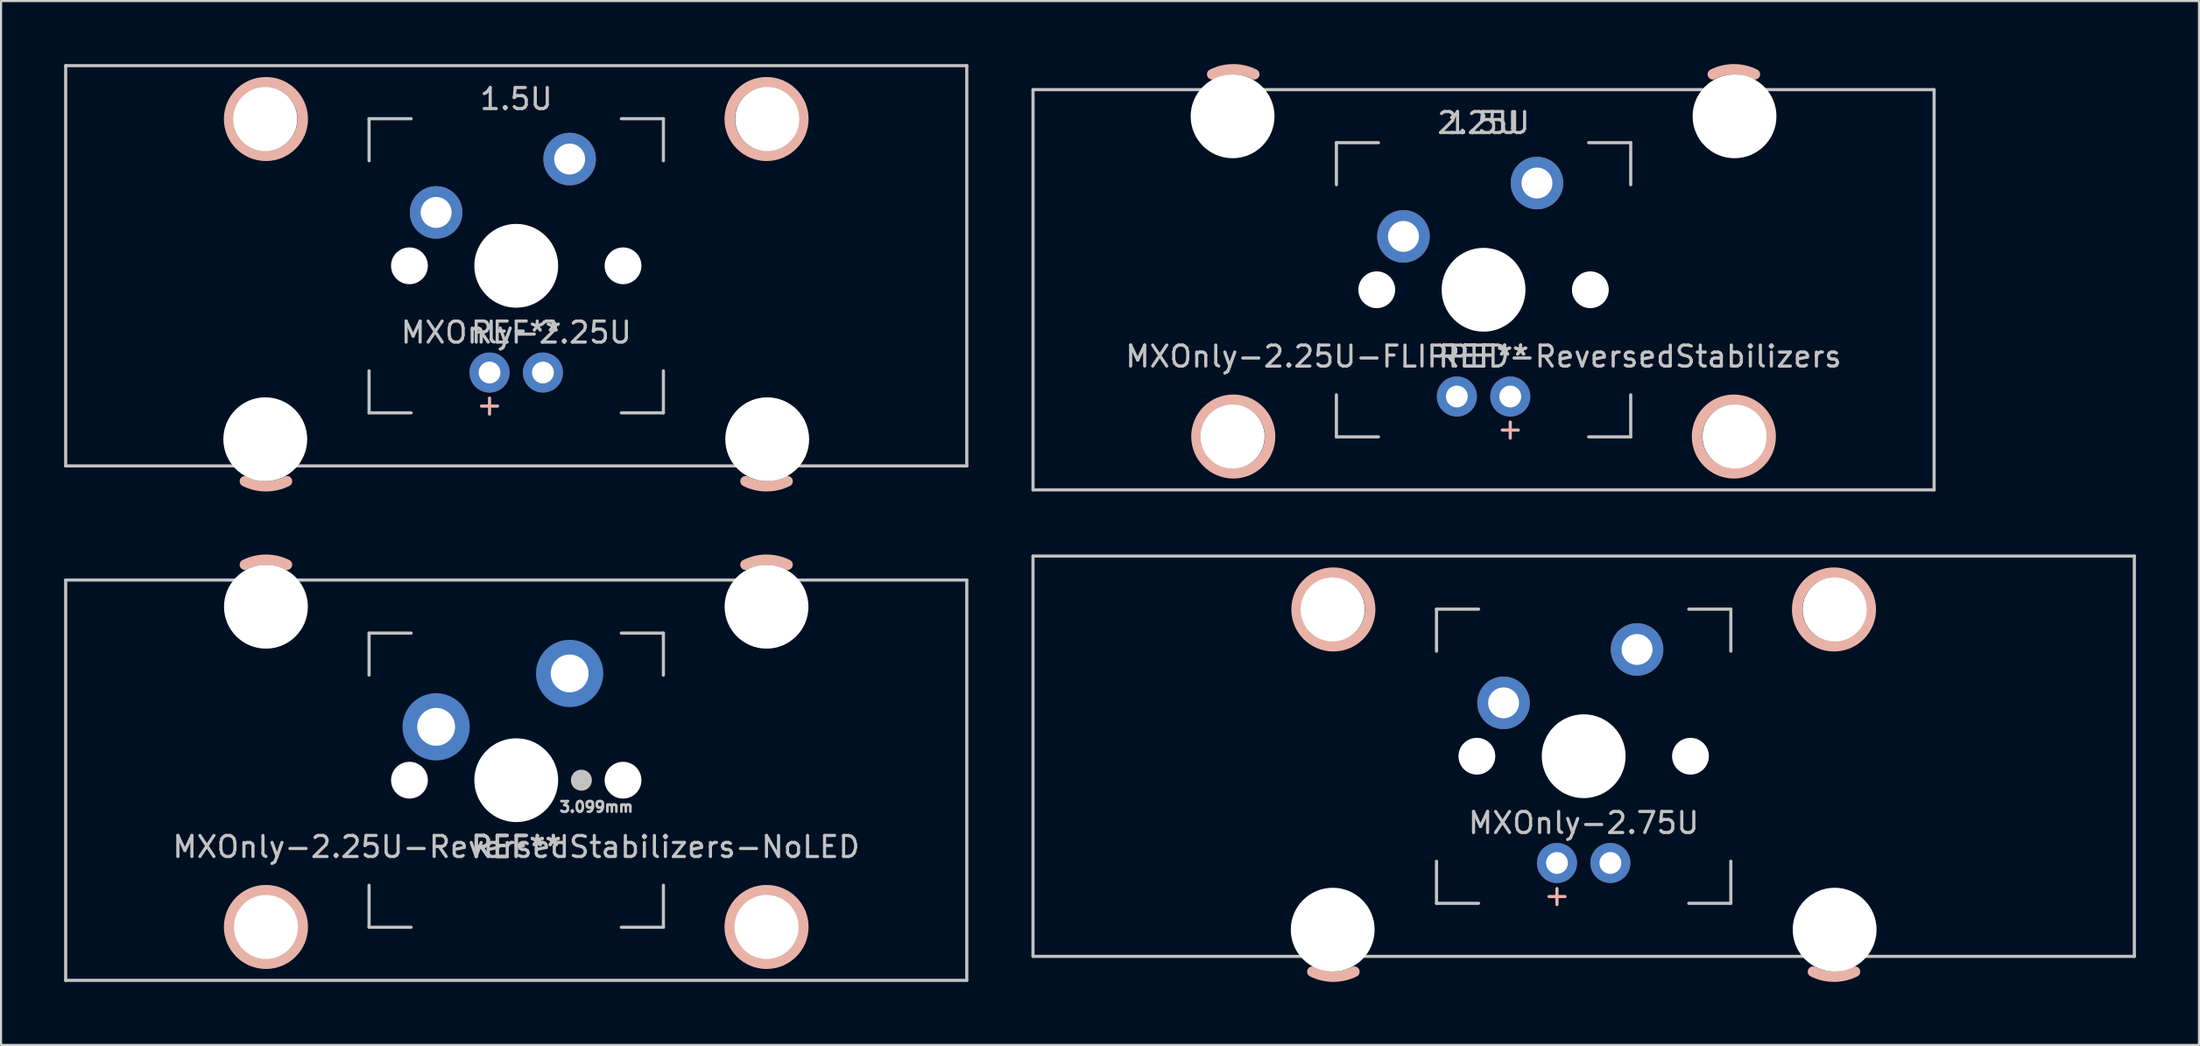
<source format=kicad_pcb>
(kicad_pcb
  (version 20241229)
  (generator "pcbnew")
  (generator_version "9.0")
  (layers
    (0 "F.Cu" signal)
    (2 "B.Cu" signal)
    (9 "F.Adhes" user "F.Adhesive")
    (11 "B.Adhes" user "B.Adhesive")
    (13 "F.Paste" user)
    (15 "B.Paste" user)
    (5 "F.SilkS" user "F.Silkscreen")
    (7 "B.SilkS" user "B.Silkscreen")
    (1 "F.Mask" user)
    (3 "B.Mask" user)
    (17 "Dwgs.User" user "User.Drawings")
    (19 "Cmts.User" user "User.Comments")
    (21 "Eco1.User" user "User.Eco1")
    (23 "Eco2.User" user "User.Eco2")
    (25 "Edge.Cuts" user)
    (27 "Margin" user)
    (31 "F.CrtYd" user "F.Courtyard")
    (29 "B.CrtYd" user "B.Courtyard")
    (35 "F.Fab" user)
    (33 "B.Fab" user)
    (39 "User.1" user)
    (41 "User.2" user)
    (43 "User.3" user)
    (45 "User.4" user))
  (footprint "MXOnly-2.25U-FLIPPED-ReversedStabilizers"
    (layer "F.Cu")
    (at 67.519 10.741)
    (property "Reference" "MXOnly-2.25U-FLIPPED-ReversedStabilizers" (at 0 3.175 0) (layer "Dwgs.User") (effects (font (size 1 1) (thickness 0.15))))
    (attr through_hole)
    (fp_arc (start -12.90625 -10.255) (mid -11.906837 -10.491068) (end -10.907301 -10.255525) (stroke (width 0.5) (type solid)) (layer "B.SilkS"))
    (fp_arc (start 10.90625 -10.255) (mid 11.905663 -10.491068) (end 12.905199 -10.255525) (stroke (width 0.5) (type solid)) (layer "B.SilkS"))
    (fp_circle (center -11.906 6.985) (end -13.656 6.985) (stroke (width 0.5) (type solid)) (fill no) (layer "B.SilkS"))
    (fp_circle (center 11.906 6.985) (end 10.156 6.985) (stroke (width 0.5) (type solid)) (fill no) (layer "B.SilkS"))
    (fp_line (start -21.431 -9.525) (end 21.431 -9.525) (stroke (width 0.15) (type solid)) (layer "Dwgs.User"))
    (fp_line (start -21.431 9.525) (end -21.431 -9.525) (stroke (width 0.15) (type solid)) (layer "Dwgs.User"))
    (fp_line (start -21.431 9.525) (end 21.431 9.525) (stroke (width 0.15) (type solid)) (layer "Dwgs.User"))
    (fp_line (start -7 -7) (end -7 -5) (stroke (width 0.15) (type solid)) (layer "Dwgs.User"))
    (fp_line (start -7 5) (end -7 7) (stroke (width 0.15) (type solid)) (layer "Dwgs.User"))
    (fp_line (start -7 7) (end -5 7) (stroke (width 0.15) (type solid)) (layer "Dwgs.User"))
    (fp_line (start -5 -7) (end -7 -7) (stroke (width 0.15) (type solid)) (layer "Dwgs.User"))
    (fp_line (start 5 -7) (end 7 -7) (stroke (width 0.15) (type solid)) (layer "Dwgs.User"))
    (fp_line (start 5 7) (end 7 7) (stroke (width 0.15) (type solid)) (layer "Dwgs.User"))
    (fp_line (start 7 -7) (end 7 -5) (stroke (width 0.15) (type solid)) (layer "Dwgs.User"))
    (fp_line (start 7 7) (end 7 5) (stroke (width 0.15) (type solid)) (layer "Dwgs.User"))
    (fp_line (start 21.431 -9.525) (end 21.431 9.525) (stroke (width 0.15) (type solid)) (layer "Dwgs.User"))
    (fp_text user "+" (at 1.27 6.604 0) (layer "B.SilkS") (effects (font (size 1 1) (thickness 0.15))))
    (fp_text user "REF**" (at 0 3.175 0) (layer "Dwgs.User") (effects (font (size 1 1) (thickness 0.15))))
    (fp_text user "2.25U" (at 0 -7.938 0) (layer "Dwgs.User") (effects (font (size 1 1) (thickness 0.15))))
    (fp_text user "1.5U" (at 0 -7.938 0) (layer "Dwgs.User") (effects (font (size 1 1) (thickness 0.15))))
    (fp_text user "REF**" (at 0 3.175 0) (layer "Dwgs.User") (effects (font (size 1 1) (thickness 0.15))))
    (pad "" np_thru_hole circle (at -11.938 -8.255) (size 3.988 3.988) (drill 3.988) (layers "*.Cu" "*.Mask"))
    (pad "" np_thru_hole circle (at -11.938 6.985) (size 3.048 3.048) (drill 3.048) (layers "*.Cu" "*.Mask"))
    (pad "" np_thru_hole circle (at -5.08 0 48.1) (size 1.75 1.75) (drill 1.75) (layers "*.Cu" "*.Mask"))
    (pad "" np_thru_hole circle (at 0 0) (size 3.988 3.988) (drill 3.988) (layers "*.Cu" "*.Mask"))
    (pad "" np_thru_hole circle (at 5.08 0 48.1) (size 1.75 1.75) (drill 1.75) (layers "*.Cu" "*.Mask"))
    (pad "" np_thru_hole circle (at 11.938 -8.255) (size 3.988 3.988) (drill 3.988) (layers "*.Cu" "*.Mask"))
    (pad "" np_thru_hole circle (at 11.938 6.985) (size 3.048 3.048) (drill 3.048) (layers "*.Cu" "*.Mask"))
    (pad "1" thru_hole circle (at -3.81 -2.54) (size 2.5 2.5) (drill 1.47) (layers "*.Cu" "B.Mask"))
    (pad "2" thru_hole circle (at 2.54 -5.08) (size 2.5 2.5) (drill 1.47) (layers "*.Cu" "B.Mask"))
    (pad "3" thru_hole circle (at 1.27 5.08) (size 1.905 1.905) (drill 1.04) (layers "*.Cu" "B.Mask"))
    (pad "4" thru_hole circle (at -1.27 5.08) (size 1.905 1.905) (drill 1.04) (layers "*.Cu" "B.Mask")))
  (footprint "MXOnly-2.25U-ReversedStabilizers-NoLED"
    (layer "F.Cu")
    (at 21.506 34.082)
    (property "Reference" "MXOnly-2.25U-ReversedStabilizers-NoLED" (at 0 3.175 0) (layer "Dwgs.User") (effects (font (size 1 1) (thickness 0.15))))
    (attr through_hole)
    (fp_arc (start -12.90625 -10.255) (mid -11.906837 -10.491068) (end -10.907301 -10.255525) (stroke (width 0.5) (type solid)) (layer "B.SilkS"))
    (fp_arc (start 10.90625 -10.255) (mid 11.905663 -10.491068) (end 12.905199 -10.255525) (stroke (width 0.5) (type solid)) (layer "B.SilkS"))
    (fp_circle (center -11.906 6.985) (end -13.656 6.985) (stroke (width 0.5) (type solid)) (fill no) (layer "B.SilkS"))
    (fp_circle (center 11.906 6.985) (end 10.156 6.985) (stroke (width 0.5) (type solid)) (fill no) (layer "B.SilkS"))
    (fp_line (start -21.431 -9.525) (end 21.431 -9.525) (stroke (width 0.15) (type solid)) (layer "Dwgs.User"))
    (fp_line (start -21.431 9.525) (end -21.431 -9.525) (stroke (width 0.15) (type solid)) (layer "Dwgs.User"))
    (fp_line (start -21.431 9.525) (end 21.431 9.525) (stroke (width 0.15) (type solid)) (layer "Dwgs.User"))
    (fp_line (start -7 -7) (end -7 -5) (stroke (width 0.15) (type solid)) (layer "Dwgs.User"))
    (fp_line (start -7 5) (end -7 7) (stroke (width 0.15) (type solid)) (layer "Dwgs.User"))
    (fp_line (start -7 7) (end -5 7) (stroke (width 0.15) (type solid)) (layer "Dwgs.User"))
    (fp_line (start -5 -7) (end -7 -7) (stroke (width 0.15) (type solid)) (layer "Dwgs.User"))
    (fp_line (start 5 -7) (end 7 -7) (stroke (width 0.15) (type solid)) (layer "Dwgs.User"))
    (fp_line (start 5 7) (end 7 7) (stroke (width 0.15) (type solid)) (layer "Dwgs.User"))
    (fp_line (start 7 -7) (end 7 -5) (stroke (width 0.15) (type solid)) (layer "Dwgs.User"))
    (fp_line (start 7 7) (end 7 5) (stroke (width 0.15) (type solid)) (layer "Dwgs.User"))
    (fp_line (start 21.431 -9.525) (end 21.431 9.525) (stroke (width 0.15) (type solid)) (layer "Dwgs.User"))
    (fp_text user "REF**" (at 0 3.175 0) (layer "Dwgs.User") (effects (font (size 1 1) (thickness 0.15))))
    (fp_text user "REF**" (at 0 3.175 0) (layer "Dwgs.User") (effects (font (size 1 1) (thickness 0.15))))
    (fp_text user "3.099mm" (at 3.81 1.27 0) (layer "Dwgs.User") (effects (font (size 0.5 0.5) (thickness 0.125))))
    (fp_text user "REF**" (at 0 3.175 0) (layer "Dwgs.User") (effects (font (size 1 1) (thickness 0.15))))
    (pad "" np_thru_hole circle (at -11.906 -8.255) (size 3.988 3.988) (drill 3.988) (layers "*.Cu" "*.Mask"))
    (pad "" np_thru_hole circle (at -11.906 6.985) (size 3.048 3.048) (drill 3.048) (layers "*.Cu" "*.Mask"))
    (pad "" np_thru_hole circle (at -5.08 0 48.1) (size 1.75 1.75) (drill 1.75) (layers "*.Cu" "*.Mask"))
    (pad "" smd circle (at -3.81 -2.54) (size 2.8 2.8) (layers "B.Mask"))
    (pad "" np_thru_hole circle (at 0 0) (size 3.988 3.988) (drill 3.988) (layers "*.Cu" "*.Mask"))
    (pad "" smd circle (at 2.54 -5.08) (size 2.8 2.8) (layers "B.Mask"))
    (pad "" smd circle (at 3.099 0) (size 1 1) (layers "Dwgs.User"))
    (pad "" np_thru_hole circle (at 5.08 0 48.1) (size 1.75 1.75) (drill 1.75) (layers "*.Cu" "*.Mask"))
    (pad "" np_thru_hole circle (at 11.906 -8.255) (size 3.988 3.988) (drill 3.988) (layers "*.Cu" "*.Mask"))
    (pad "" np_thru_hole circle (at 11.906 6.985) (size 3.048 3.048) (drill 3.048) (layers "*.Cu" "*.Mask"))
    (pad "1" thru_hole circle (at -3.81 -2.54) (size 2.4 2.4) (drill 1.8) (layers "*.Cu"))
    (pad "1" smd circle (at -3.81 -2.54) (size 3.2 3.2) (layers "B.Cu"))
    (pad "2" thru_hole circle (at 2.54 -5.08) (size 2.4 2.4) (drill 1.8) (layers "*.Cu"))
    (pad "2" smd circle (at 2.54 -5.08) (size 3.2 3.2) (layers "B.Cu")))
  (footprint "MXOnly-2.25U"
    (layer "F.Cu")
    (at 21.506 9.6)
    (property "Reference" "MXOnly-2.25U" (at 0 3.175 0) (layer "Dwgs.User") (effects (font (size 1 1) (thickness 0.15))))
    (attr through_hole)
    (fp_arc (start -10.90625 10.255) (mid -11.905663 10.491068) (end -12.905199 10.255525) (stroke (width 0.5) (type solid)) (layer "B.SilkS"))
    (fp_arc (start 12.90625 10.255) (mid 11.906837 10.491068) (end 10.907301 10.255525) (stroke (width 0.5) (type solid)) (layer "B.SilkS"))
    (fp_circle (center -11.906 -6.985) (end -10.156 -6.985) (stroke (width 0.5) (type solid)) (fill no) (layer "B.SilkS"))
    (fp_circle (center 11.906 -6.985) (end 13.656 -6.985) (stroke (width 0.5) (type solid)) (fill no) (layer "B.SilkS"))
    (fp_line (start -21.431 -9.525) (end 21.431 -9.525) (stroke (width 0.15) (type solid)) (layer "Dwgs.User"))
    (fp_line (start -21.431 9.525) (end -21.431 -9.525) (stroke (width 0.15) (type solid)) (layer "Dwgs.User"))
    (fp_line (start -21.431 9.525) (end 21.431 9.525) (stroke (width 0.15) (type solid)) (layer "Dwgs.User"))
    (fp_line (start -7 -7) (end -7 -5) (stroke (width 0.15) (type solid)) (layer "Dwgs.User"))
    (fp_line (start -7 5) (end -7 7) (stroke (width 0.15) (type solid)) (layer "Dwgs.User"))
    (fp_line (start -7 7) (end -5 7) (stroke (width 0.15) (type solid)) (layer "Dwgs.User"))
    (fp_line (start -5 -7) (end -7 -7) (stroke (width 0.15) (type solid)) (layer "Dwgs.User"))
    (fp_line (start 5 -7) (end 7 -7) (stroke (width 0.15) (type solid)) (layer "Dwgs.User"))
    (fp_line (start 5 7) (end 7 7) (stroke (width 0.15) (type solid)) (layer "Dwgs.User"))
    (fp_line (start 7 -7) (end 7 -5) (stroke (width 0.15) (type solid)) (layer "Dwgs.User"))
    (fp_line (start 7 7) (end 7 5) (stroke (width 0.15) (type solid)) (layer "Dwgs.User"))
    (fp_line (start 21.431 -9.525) (end 21.431 9.525) (stroke (width 0.15) (type solid)) (layer "Dwgs.User"))
    (fp_text user "+" (at -1.27 6.604 0) (layer "B.SilkS") (effects (font (size 1 1) (thickness 0.15))))
    (fp_text user "REF**" (at 0 3.175 0) (layer "Dwgs.User") (effects (font (size 1 1) (thickness 0.15))))
    (fp_text user "1.5U" (at 0 -7.938 0) (layer "Dwgs.User") (effects (font (size 1 1) (thickness 0.15))))
    (pad "" np_thru_hole circle (at -11.938 -6.985) (size 3.048 3.048) (drill 3.048) (layers "*.Cu" "*.Mask"))
    (pad "" np_thru_hole circle (at -11.938 8.255) (size 3.988 3.988) (drill 3.988) (layers "*.Cu" "*.Mask"))
    (pad "" np_thru_hole circle (at -5.08 0 48.1) (size 1.75 1.75) (drill 1.75) (layers "*.Cu" "*.Mask"))
    (pad "" np_thru_hole circle (at 0 0) (size 3.988 3.988) (drill 3.988) (layers "*.Cu" "*.Mask"))
    (pad "" np_thru_hole circle (at 5.08 0 48.1) (size 1.75 1.75) (drill 1.75) (layers "*.Cu" "*.Mask"))
    (pad "" np_thru_hole circle (at 11.938 -6.985) (size 3.048 3.048) (drill 3.048) (layers "*.Cu" "*.Mask"))
    (pad "" np_thru_hole circle (at 11.938 8.255) (size 3.988 3.988) (drill 3.988) (layers "*.Cu" "*.Mask"))
    (pad "1" thru_hole circle (at -3.81 -2.54) (size 2.5 2.5) (drill 1.47) (layers "*.Cu" "B.Mask"))
    (pad "2" thru_hole circle (at 2.54 -5.08) (size 2.5 2.5) (drill 1.47) (layers "*.Cu" "B.Mask"))
    (pad "3" thru_hole circle (at -1.27 5.08) (size 1.905 1.905) (drill 1.04) (layers "*.Cu" "B.Mask"))
    (pad "4" thru_hole circle (at 1.27 5.08) (size 1.905 1.905) (drill 1.04) (layers "*.Cu" "B.Mask")))
  (footprint "MXOnly-2.75U"
    (layer "F.Cu")
    (at 72.281 32.941)
    (property "Reference" "MXOnly-2.75U" (at 0 3.175 0) (layer "Dwgs.User") (effects (font (size 1 1) (thickness 0.15))))
    (attr through_hole)
    (fp_arc (start -10.90625 10.255) (mid -11.905663 10.491068) (end -12.905199 10.255525) (stroke (width 0.5) (type solid)) (layer "B.SilkS"))
    (fp_arc (start 12.90625 10.255) (mid 11.906837 10.491068) (end 10.907301 10.255525) (stroke (width 0.5) (type solid)) (layer "B.SilkS"))
    (fp_circle (center -11.906 -6.985) (end -10.156 -6.985) (stroke (width 0.5) (type solid)) (fill no) (layer "B.SilkS"))
    (fp_circle (center 11.906 -6.985) (end 13.656 -6.985) (stroke (width 0.5) (type solid)) (fill no) (layer "B.SilkS"))
    (fp_line (start -26.194 -9.525) (end 26.194 -9.525) (stroke (width 0.15) (type solid)) (layer "Dwgs.User"))
    (fp_line (start -26.194 9.525) (end -26.194 -9.525) (stroke (width 0.15) (type solid)) (layer "Dwgs.User"))
    (fp_line (start -26.194 9.525) (end 26.194 9.525) (stroke (width 0.15) (type solid)) (layer "Dwgs.User"))
    (fp_line (start -7 -7) (end -7 -5) (stroke (width 0.15) (type solid)) (layer "Dwgs.User"))
    (fp_line (start -7 5) (end -7 7) (stroke (width 0.15) (type solid)) (layer "Dwgs.User"))
    (fp_line (start -7 7) (end -5 7) (stroke (width 0.15) (type solid)) (layer "Dwgs.User"))
    (fp_line (start -5 -7) (end -7 -7) (stroke (width 0.15) (type solid)) (layer "Dwgs.User"))
    (fp_line (start 5 -7) (end 7 -7) (stroke (width 0.15) (type solid)) (layer "Dwgs.User"))
    (fp_line (start 5 7) (end 7 7) (stroke (width 0.15) (type solid)) (layer "Dwgs.User"))
    (fp_line (start 7 -7) (end 7 -5) (stroke (width 0.15) (type solid)) (layer "Dwgs.User"))
    (fp_line (start 7 7) (end 7 5) (stroke (width 0.15) (type solid)) (layer "Dwgs.User"))
    (fp_line (start 26.194 -9.525) (end 26.194 9.525) (stroke (width 0.15) (type solid)) (layer "Dwgs.User"))
    (fp_text user "+" (at -1.27 6.604 0) (layer "B.SilkS") (effects (font (size 1 1) (thickness 0.15))))
    (pad "" np_thru_hole circle (at -11.938 -6.985) (size 3.048 3.048) (drill 3.048) (layers "*.Cu" "*.Mask"))
    (pad "" np_thru_hole circle (at -11.938 8.255) (size 3.988 3.988) (drill 3.988) (layers "*.Cu" "*.Mask"))
    (pad "" np_thru_hole circle (at -5.08 0 48.1) (size 1.75 1.75) (drill 1.75) (layers "*.Cu" "*.Mask"))
    (pad "" np_thru_hole circle (at 0 0) (size 3.988 3.988) (drill 3.988) (layers "*.Cu" "*.Mask"))
    (pad "" np_thru_hole circle (at 5.08 0 48.1) (size 1.75 1.75) (drill 1.75) (layers "*.Cu" "*.Mask"))
    (pad "" np_thru_hole circle (at 11.938 -6.985) (size 3.048 3.048) (drill 3.048) (layers "*.Cu" "*.Mask"))
    (pad "" np_thru_hole circle (at 11.938 8.255) (size 3.988 3.988) (drill 3.988) (layers "*.Cu" "*.Mask"))
    (pad "1" thru_hole circle (at -3.81 -2.54) (size 2.5 2.5) (drill 1.47) (layers "*.Cu" "*.Mask"))
    (pad "2" thru_hole circle (at 2.54 -5.08) (size 2.5 2.5) (drill 1.47) (layers "*.Cu" "*.Mask"))
    (pad "3" thru_hole circle (at -1.27 5.08) (size 1.905 1.905) (drill 1.04) (layers "*.Cu" "*.Mask"))
    (pad "4" thru_hole circle (at 1.27 5.08) (size 1.905 1.905) (drill 1.04) (layers "*.Cu" "*.Mask")))
  (gr_rect
    (start -3 -3)
    (end 101.55 46.682)
    (stroke (width 0.1) (type default))
    (fill no)
    (layer "Edge.Cuts")))
</source>
